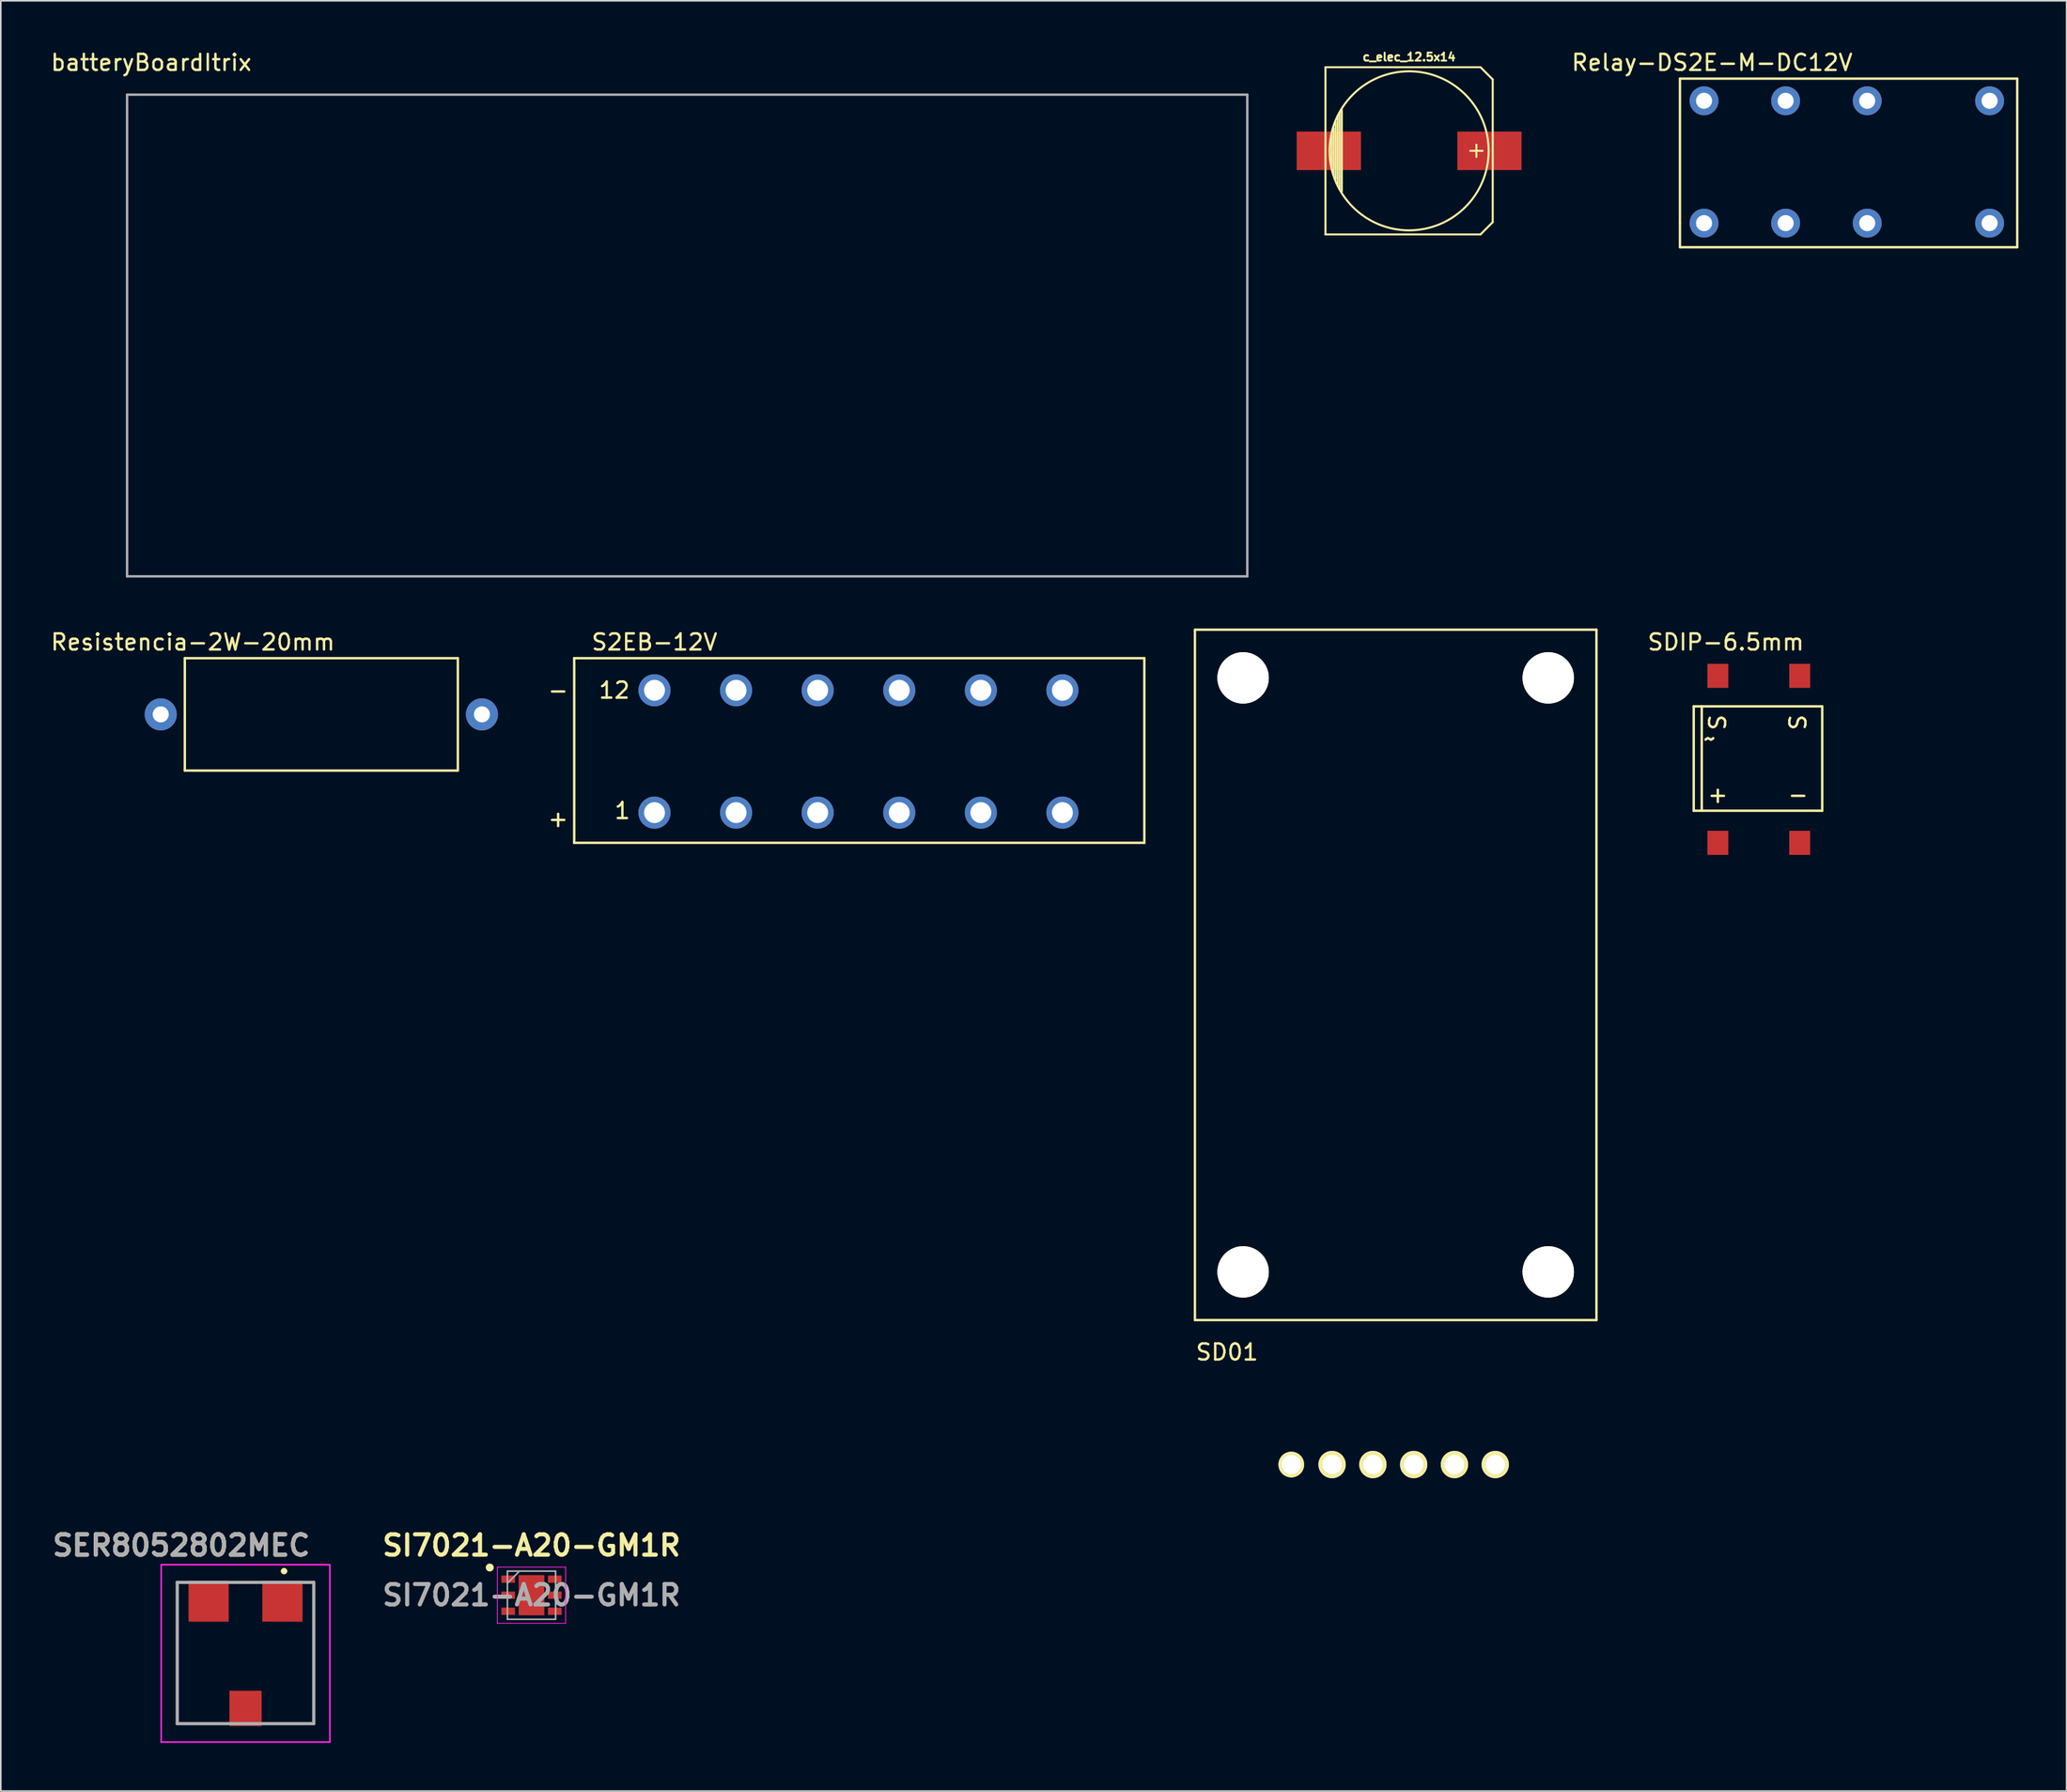
<source format=kicad_pcb>
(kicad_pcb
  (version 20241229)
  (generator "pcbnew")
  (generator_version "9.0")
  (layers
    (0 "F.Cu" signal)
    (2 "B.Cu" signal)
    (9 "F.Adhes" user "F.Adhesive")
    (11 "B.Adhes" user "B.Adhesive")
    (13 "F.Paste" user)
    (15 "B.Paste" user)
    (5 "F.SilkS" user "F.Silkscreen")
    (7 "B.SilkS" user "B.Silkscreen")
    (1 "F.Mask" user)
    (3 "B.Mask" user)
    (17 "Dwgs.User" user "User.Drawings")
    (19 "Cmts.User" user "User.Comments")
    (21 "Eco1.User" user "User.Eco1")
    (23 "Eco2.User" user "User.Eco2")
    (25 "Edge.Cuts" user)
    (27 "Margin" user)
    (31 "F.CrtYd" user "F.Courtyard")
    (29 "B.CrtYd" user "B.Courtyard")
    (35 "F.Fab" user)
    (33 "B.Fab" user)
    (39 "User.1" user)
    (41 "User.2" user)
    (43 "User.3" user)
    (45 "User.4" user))
  (footprint "c_elec_12.5x14"
    (layer "F.Cu")
    (at 84.688 6.344)
    (property "Reference" "c_elec_12.5x14" (at 0 -5.842 0) (layer "F.SilkS") (effects (font (size 0.5 0.5) (thickness 0.119))))
    (attr through_hole)
    (fp_line (start -5.207 -5.207) (end -5.207 5.207) (stroke (width 0.127) (type solid)) (layer "F.SilkS"))
    (fp_line (start -5.207 5.207) (end 4.445 5.207) (stroke (width 0.127) (type solid)) (layer "F.SilkS"))
    (fp_line (start -4.826 1.016) (end -4.826 -1.016) (stroke (width 0.127) (type solid)) (layer "F.SilkS"))
    (fp_line (start -4.699 -1.397) (end -4.699 1.524) (stroke (width 0.127) (type solid)) (layer "F.SilkS"))
    (fp_line (start -4.572 1.778) (end -4.572 -1.778) (stroke (width 0.127) (type solid)) (layer "F.SilkS"))
    (fp_line (start -4.445 -2.159) (end -4.445 2.159) (stroke (width 0.127) (type solid)) (layer "F.SilkS"))
    (fp_line (start -4.318 2.413) (end -4.318 -2.413) (stroke (width 0.127) (type solid)) (layer "F.SilkS"))
    (fp_line (start -4.191 -2.54) (end -4.191 2.54) (stroke (width 0.127) (type solid)) (layer "F.SilkS"))
    (fp_line (start 4.191 -0.381) (end 4.191 0.381) (stroke (width 0.127) (type solid)) (layer "F.SilkS"))
    (fp_line (start 4.445 -5.207) (end -5.207 -5.207) (stroke (width 0.127) (type solid)) (layer "F.SilkS"))
    (fp_line (start 4.445 5.207) (end 5.207 4.445) (stroke (width 0.127) (type solid)) (layer "F.SilkS"))
    (fp_line (start 4.572 0) (end 3.81 0) (stroke (width 0.127) (type solid)) (layer "F.SilkS"))
    (fp_line (start 5.207 -4.445) (end 4.445 -5.207) (stroke (width 0.127) (type solid)) (layer "F.SilkS"))
    (fp_line (start 5.207 4.445) (end 5.207 -4.445) (stroke (width 0.127) (type solid)) (layer "F.SilkS"))
    (fp_circle (center 0 0) (end 4.953 0) (stroke (width 0.127) (type solid)) (fill no) (layer "F.SilkS"))
    (pad "1" smd rect (at 5 0) (size 4 2.4) (layers "F.Cu" "F.Mask" "F.Paste"))
    (pad "2" smd rect (at -5 0) (size 4 2.4) (layers "F.Cu" "F.Mask" "F.Paste")))
  (footprint "Resistencia-2W-20mm"
    (layer "F.Cu")
    (at 6.958 41.447)
    (property "Reference" "Resistencia-2W-20mm" (at 2 -4.5 0) (layer "F.SilkS") (effects (font (size 1 1) (thickness 0.15))))
    (attr through_hole)
    (fp_line (start 1.5 -3.5) (end 1.5 3.5) (stroke (width 0.15) (type solid)) (layer "F.SilkS"))
    (fp_line (start 1.5 3.5) (end 18.5 3.5) (stroke (width 0.15) (type solid)) (layer "F.SilkS"))
    (fp_line (start 18.5 -3.5) (end 1.5 -3.5) (stroke (width 0.15) (type solid)) (layer "F.SilkS"))
    (fp_line (start 18.5 3.5) (end 18.5 -3.5) (stroke (width 0.15) (type solid)) (layer "F.SilkS"))
    (pad "1" thru_hole circle (at 0 0) (size 2 2) (drill 1) (layers "*.Cu" "*.Mask"))
    (pad "2" thru_hole circle (at 20 0) (size 2 2) (drill 1) (layers "*.Cu" "*.Mask")))
  (footprint "SD01"
    (layer "F.Cu")
    (at 77.352 88.173)
    (property "Reference" "SD01" (at -4 -7 0) (layer "F.SilkS") (effects (font (size 1 1) (thickness 0.15))))
    (attr through_hole)
    (fp_line (start -6 -52) (end -6 -9) (stroke (width 0.15) (type solid)) (layer "F.SilkS"))
    (fp_line (start -6 -9) (end 19 -9) (stroke (width 0.15) (type solid)) (layer "F.SilkS"))
    (fp_line (start 19 -52) (end -6 -52) (stroke (width 0.15) (type solid)) (layer "F.SilkS"))
    (fp_line (start 19 -9) (end 19 -52) (stroke (width 0.15) (type solid)) (layer "F.SilkS"))
    (pad "" np_thru_hole circle (at -3 -49) (size 3.2 3.2) (drill 3.2) (layers "*.Cu" "*.Mask" "F.SilkS"))
    (pad "" np_thru_hole circle (at -3 -12) (size 3.2 3.2) (drill 3.2) (layers "*.Cu" "*.Mask" "F.SilkS"))
    (pad "" np_thru_hole circle (at 16 -49) (size 3.2 3.2) (drill 3.2) (layers "*.Cu" "*.Mask" "F.SilkS"))
    (pad "" np_thru_hole circle (at 16 -12) (size 3.2 3.2) (drill 3.2) (layers "*.Cu" "*.Mask" "F.SilkS"))
    (pad "1" thru_hole circle (at 0 0) (size 1.6 1.6) (drill 1.2) (layers "*.Cu" "*.Mask" "F.SilkS"))
    (pad "2" thru_hole circle (at 2.54 0) (size 1.7 1.7) (drill 1.2) (layers "*.Cu" "*.Mask" "F.SilkS"))
    (pad "3" thru_hole circle (at 5.08 0) (size 1.7 1.7) (drill 1.2) (layers "*.Cu" "*.Mask" "F.SilkS"))
    (pad "4" thru_hole circle (at 7.62 0) (size 1.7 1.7) (drill 1.2) (layers "*.Cu" "*.Mask" "F.SilkS"))
    (pad "5" thru_hole circle (at 10.16 0) (size 1.7 1.7) (drill 1.2) (layers "*.Cu" "*.Mask" "F.SilkS"))
    (pad "6" thru_hole circle (at 12.7 0) (size 1.7 1.7) (drill 1.2) (layers "*.Cu" "*.Mask" "F.SilkS")))
  (footprint "SER8052802MEC"
    (layer "F.Cu")
    (at 12.237 99.912)
    (property "Reference" "SER8052802MEC" (at -4 -6.7 0) (layer "F.SilkS") (effects (font (size 1.27 1.27) (thickness 0.254))))
    (attr smd)
    (fp_line (start -4.25 -4.4) (end -4.25 4.4) (stroke (width 0.1) (type solid)) (layer "F.SilkS"))
    (fp_line (start -4.25 4.4) (end -1.5 4.4) (stroke (width 0.1) (type solid)) (layer "F.SilkS"))
    (fp_line (start -4 -4.4) (end -4.25 -4.4) (stroke (width 0.1) (type solid)) (layer "F.SilkS"))
    (fp_line (start 1.5 4.4) (end 4.25 4.4) (stroke (width 0.1) (type solid)) (layer "F.SilkS"))
    (fp_line (start 2.3 -5.1) (end 2.3 -5.1) (stroke (width 0.2) (type solid)) (layer "F.SilkS"))
    (fp_line (start 2.5 -5.1) (end 2.5 -5.1) (stroke (width 0.2) (type solid)) (layer "F.SilkS"))
    (fp_line (start 4.25 -4.4) (end 4 -4.4) (stroke (width 0.1) (type solid)) (layer "F.SilkS"))
    (fp_line (start 4.25 4.4) (end 4.25 -4.4) (stroke (width 0.1) (type solid)) (layer "F.SilkS"))
    (fp_arc (start 2.3 -5.1) (mid 2.4 -5.2) (end 2.5 -5.1) (stroke (width 0.2) (type solid)) (layer "F.SilkS"))
    (fp_arc (start 2.5 -5.1) (mid 2.4 -5) (end 2.3 -5.1) (stroke (width 0.2) (type solid)) (layer "F.SilkS"))
    (fp_line (start -5.25 -5.5) (end 5.25 -5.5) (stroke (width 0.1) (type solid)) (layer "F.CrtYd"))
    (fp_line (start -5.25 5.55) (end -5.25 -5.5) (stroke (width 0.1) (type solid)) (layer "F.CrtYd"))
    (fp_line (start 5.25 -5.5) (end 5.25 5.55) (stroke (width 0.1) (type solid)) (layer "F.CrtYd"))
    (fp_line (start 5.25 5.55) (end -5.25 5.55) (stroke (width 0.1) (type solid)) (layer "F.CrtYd"))
    (fp_line (start -4.25 -4.4) (end 4.25 -4.4) (stroke (width 0.2) (type solid)) (layer "F.Fab"))
    (fp_line (start -4.25 4.4) (end -4.25 -4.4) (stroke (width 0.2) (type solid)) (layer "F.Fab"))
    (fp_line (start 4.25 -4.4) (end 4.25 4.4) (stroke (width 0.2) (type solid)) (layer "F.Fab"))
    (fp_line (start 4.25 4.4) (end -4.25 4.4) (stroke (width 0.2) (type solid)) (layer "F.Fab"))
    (fp_text user "${REFERENCE}" (at -4 -6.7 0) (layer "F.Fab") (effects (font (size 1.27 1.27) (thickness 0.254))))
    (pad "1" smd rect (at 2.3 -3.225) (size 2.5 2.55) (layers "F.Cu" "F.Mask" "F.Paste"))
    (pad "2" smd rect (at -2.3 -3.225) (size 2.5 2.55) (layers "F.Cu" "F.Mask" "F.Paste"))
    (pad "3" smd rect (at 0 3.45) (size 2 2.2) (layers "F.Cu" "F.Mask" "F.Paste")))
  (footprint "SDIP-6.5mm"
    (layer "F.Cu")
    (at 103.91 49.447)
    (property "Reference" "SDIP-6.5mm" (at 0.5 -12.5 0) (layer "F.SilkS") (effects (font (size 1 1) (thickness 0.15))))
    (attr through_hole)
    (fp_line (start -1.5 -8.5) (end -1.5 -2) (stroke (width 0.15) (type solid)) (layer "F.SilkS"))
    (fp_line (start -1.5 -2) (end 6.5 -2) (stroke (width 0.15) (type solid)) (layer "F.SilkS"))
    (fp_line (start -1 -8.5) (end -1 -2) (stroke (width 0.15) (type solid)) (layer "F.SilkS"))
    (fp_line (start 6.5 -8.5) (end -1.5 -8.5) (stroke (width 0.15) (type solid)) (layer "F.SilkS"))
    (fp_line (start 6.5 -2) (end 6.5 -8.5) (stroke (width 0.15) (type solid)) (layer "F.SilkS"))
    (fp_text user "+" (at 0 -3 0) (layer "F.SilkS") (effects (font (size 1 1) (thickness 0.15))))
    (fp_text user "~" (at -0.5 -6.5 0) (layer "F.SilkS") (effects (font (size 1 1) (thickness 0.15))))
    (fp_text user "-" (at 5 -3 0) (layer "F.SilkS") (effects (font (size 1 1) (thickness 0.15))))
    (fp_text user "S" (at 0 -7.5 90) (layer "F.SilkS") (effects (font (size 1 1) (thickness 0.15))))
    (fp_text user "S" (at 5 -7.5 90) (layer "F.SilkS") (effects (font (size 1 1) (thickness 0.15))))
    (pad "1" smd rect (at 0 0) (size 1.3 1.5) (layers "F.Cu" "F.Mask" "F.Paste"))
    (pad "2" smd rect (at 5.1 0) (size 1.3 1.5) (layers "F.Cu" "F.Mask" "F.Paste"))
    (pad "3" smd rect (at 5.1 -10.4) (size 1.3 1.5) (layers "F.Cu" "F.Mask" "F.Paste"))
    (pad "4" smd rect (at 0 -10.4) (size 1.3 1.5) (layers "F.Cu" "F.Mask" "F.Paste")))
  (footprint "S2EB-12V"
    (layer "F.Cu")
    (at 37.702 39.947)
    (property "Reference" "S2EB-12V" (at 0 -3 0) (layer "F.SilkS") (effects (font (size 1 1) (thickness 0.15))))
    (attr through_hole)
    (fp_line (start -5 -2) (end 30.5 -2) (stroke (width 0.15) (type solid)) (layer "F.SilkS"))
    (fp_line (start -5 9.5) (end -5 -2) (stroke (width 0.15) (type solid)) (layer "F.SilkS"))
    (fp_line (start 30.5 -2) (end 30.5 9.5) (stroke (width 0.15) (type solid)) (layer "F.SilkS"))
    (fp_line (start 30.5 9.5) (end -5 9.5) (stroke (width 0.15) (type solid)) (layer "F.SilkS"))
    (fp_text user "+" (at -6 8 0) (layer "F.SilkS") (effects (font (size 1 1) (thickness 0.15))))
    (fp_text user "12" (at -2.5 0 0) (layer "F.SilkS") (effects (font (size 1 1) (thickness 0.15))))
    (fp_text user "1" (at -2 7.5 0) (layer "F.SilkS") (effects (font (size 1 1) (thickness 0.15))))
    (fp_text user "-" (at -6 0 0) (layer "F.SilkS") (effects (font (size 1 1) (thickness 0.15))))
    (pad "1" thru_hole circle (at 0 7.62) (size 2 2) (drill 1.3) (layers "*.Cu" "*.Mask"))
    (pad "2" thru_hole circle (at 5.08 7.62) (size 2 2) (drill 1.3) (layers "*.Cu" "*.Mask"))
    (pad "3" thru_hole circle (at 10.16 7.62) (size 2 2) (drill 1.3) (layers "*.Cu" "*.Mask"))
    (pad "4" thru_hole circle (at 15.24 7.62) (size 2 2) (drill 1.3) (layers "*.Cu" "*.Mask"))
    (pad "5" thru_hole circle (at 20.32 7.62) (size 2 2) (drill 1.3) (layers "*.Cu" "*.Mask"))
    (pad "6" thru_hole circle (at 25.4 7.62) (size 2 2) (drill 1.3) (layers "*.Cu" "*.Mask"))
    (pad "7" thru_hole circle (at 25.4 0) (size 2 2) (drill 1.3) (layers "*.Cu" "*.Mask"))
    (pad "8" thru_hole circle (at 20.32 0) (size 2 2) (drill 1.3) (layers "*.Cu" "*.Mask"))
    (pad "9" thru_hole circle (at 15.24 0) (size 2 2) (drill 1.3) (layers "*.Cu" "*.Mask"))
    (pad "10" thru_hole circle (at 10.16 0) (size 2 2) (drill 1.3) (layers "*.Cu" "*.Mask"))
    (pad "11" thru_hole circle (at 5.08 0) (size 2 2) (drill 1.3) (layers "*.Cu" "*.Mask"))
    (pad "12" thru_hole circle (at 0 0) (size 2 2) (drill 1.3) (layers "*.Cu" "*.Mask")))
  (footprint "SI7021-A20-GM1R"
    (layer "F.Cu")
    (at 30.044 96.312)
    (property "Reference" "SI7021-A20-GM1R" (at 0 -3.1 0) (layer "F.SilkS") (effects (font (size 1.27 1.27) (thickness 0.254))))
    (attr smd)
    (fp_circle (center -2.6 -1.725) (end -2.6 -1.6) (stroke (width 0.25) (type solid)) (fill no) (layer "F.SilkS"))
    (fp_line (start -2.125 -1.75) (end 2.125 -1.75) (stroke (width 0.05) (type solid)) (layer "F.CrtYd"))
    (fp_line (start -2.125 1.75) (end -2.125 -1.75) (stroke (width 0.05) (type solid)) (layer "F.CrtYd"))
    (fp_line (start 2.125 -1.75) (end 2.125 1.75) (stroke (width 0.05) (type solid)) (layer "F.CrtYd"))
    (fp_line (start 2.125 1.75) (end -2.125 1.75) (stroke (width 0.05) (type solid)) (layer "F.CrtYd"))
    (fp_line (start -1.5 -1.5) (end 1.5 -1.5) (stroke (width 0.1) (type solid)) (layer "F.Fab"))
    (fp_line (start -1.5 -0.75) (end -0.75 -1.5) (stroke (width 0.1) (type solid)) (layer "F.Fab"))
    (fp_line (start -1.5 1.5) (end -1.5 -1.5) (stroke (width 0.1) (type solid)) (layer "F.Fab"))
    (fp_line (start 1.5 -1.5) (end 1.5 1.5) (stroke (width 0.1) (type solid)) (layer "F.Fab"))
    (fp_line (start 1.5 1.5) (end -1.5 1.5) (stroke (width 0.1) (type solid)) (layer "F.Fab"))
    (fp_text user "${REFERENCE}" (at 0 0 0) (layer "F.Fab") (effects (font (size 1.27 1.27) (thickness 0.254))))
    (pad "1" smd rect (at -1.45 -1 90) (size 0.45 0.85) (layers "F.Cu" "F.Mask" "F.Paste"))
    (pad "2" smd rect (at -1.45 0 90) (size 0.45 0.85) (layers "F.Cu" "F.Mask" "F.Paste"))
    (pad "3" smd rect (at -1.45 1 90) (size 0.45 0.85) (layers "F.Cu" "F.Mask" "F.Paste"))
    (pad "4" smd rect (at 1.45 1 90) (size 0.45 0.85) (layers "F.Cu" "F.Mask" "F.Paste"))
    (pad "5" smd rect (at 1.45 0 90) (size 0.45 0.85) (layers "F.Cu" "F.Mask" "F.Paste"))
    (pad "6" smd rect (at 1.45 -1 90) (size 0.45 0.85) (layers "F.Cu" "F.Mask" "F.Paste"))
    (pad "7" smd rect (at 0 0) (size 1.6 2.5) (layers "F.Cu" "F.Mask" "F.Paste")))
  (footprint "batteryBoardItrix"
    (layer "F.Cu")
    (at 4.863 32.848)
    (property "Reference" "batteryBoardItrix" (at 1.5 -32 0) (layer "F.SilkS") (effects (font (size 1 1) (thickness 0.15))))
    (attr through_hole)
    (fp_line (start 0 -30) (end 69.75 -30) (stroke (width 0.15) (type solid)) (layer "F.Fab"))
    (fp_line (start 0 0) (end 0 -30) (stroke (width 0.15) (type solid)) (layer "F.Fab"))
    (fp_line (start 69.75 -30) (end 69.75 0) (stroke (width 0.15) (type solid)) (layer "F.Fab"))
    (fp_line (start 69.75 0) (end 0 0) (stroke (width 0.15) (type solid)) (layer "F.Fab")))
  (footprint "Relay-DS2E-M-DC12V"
    (layer "F.Cu")
    (at 103.052 10.848)
    (property "Reference" "Relay-DS2E-M-DC12V" (at 0.5 -10 0) (layer "F.SilkS") (effects (font (size 1 1) (thickness 0.15))))
    (attr through_hole)
    (fp_line (start -1.5 -9) (end -1.5 0) (stroke (width 0.15) (type solid)) (layer "F.SilkS"))
    (fp_line (start -1.5 0) (end -1.5 1.5) (stroke (width 0.15) (type solid)) (layer "F.SilkS"))
    (fp_line (start -1.5 1.5) (end 19.5 1.5) (stroke (width 0.15) (type solid)) (layer "F.SilkS"))
    (fp_line (start 19.5 -9) (end -1.5 -9) (stroke (width 0.15) (type solid)) (layer "F.SilkS"))
    (fp_line (start 19.5 1.5) (end 19.5 -9) (stroke (width 0.15) (type solid)) (layer "F.SilkS"))
    (pad "1" thru_hole circle (at 17.78 -7.62) (size 1.8 1.8) (drill 1) (layers "*.Cu" "*.Mask"))
    (pad "4" thru_hole circle (at 10.16 -7.62) (size 1.8 1.8) (drill 1) (layers "*.Cu" "*.Mask"))
    (pad "6" thru_hole circle (at 5.08 -7.62) (size 1.8 1.8) (drill 1) (layers "*.Cu" "*.Mask"))
    (pad "8" thru_hole circle (at 0 -7.62) (size 1.8 1.8) (drill 1) (layers "*.Cu" "*.Mask"))
    (pad "9" thru_hole circle (at 0 0) (size 1.8 1.8) (drill 1) (layers "*.Cu" "*.Mask"))
    (pad "11" thru_hole circle (at 5.08 0) (size 1.8 1.8) (drill 1) (layers "*.Cu" "*.Mask"))
    (pad "13" thru_hole circle (at 10.16 0) (size 1.8 1.8) (drill 1) (layers "*.Cu" "*.Mask"))
    (pad "16" thru_hole circle (at 17.78 0) (size 1.8 1.8) (drill 1) (layers "*.Cu" "*.Mask")))
  (gr_rect
    (start -3 -3)
    (end 125.627 108.512)
    (stroke (width 0.1) (type default))
    (fill no)
    (layer "Edge.Cuts")))
</source>
